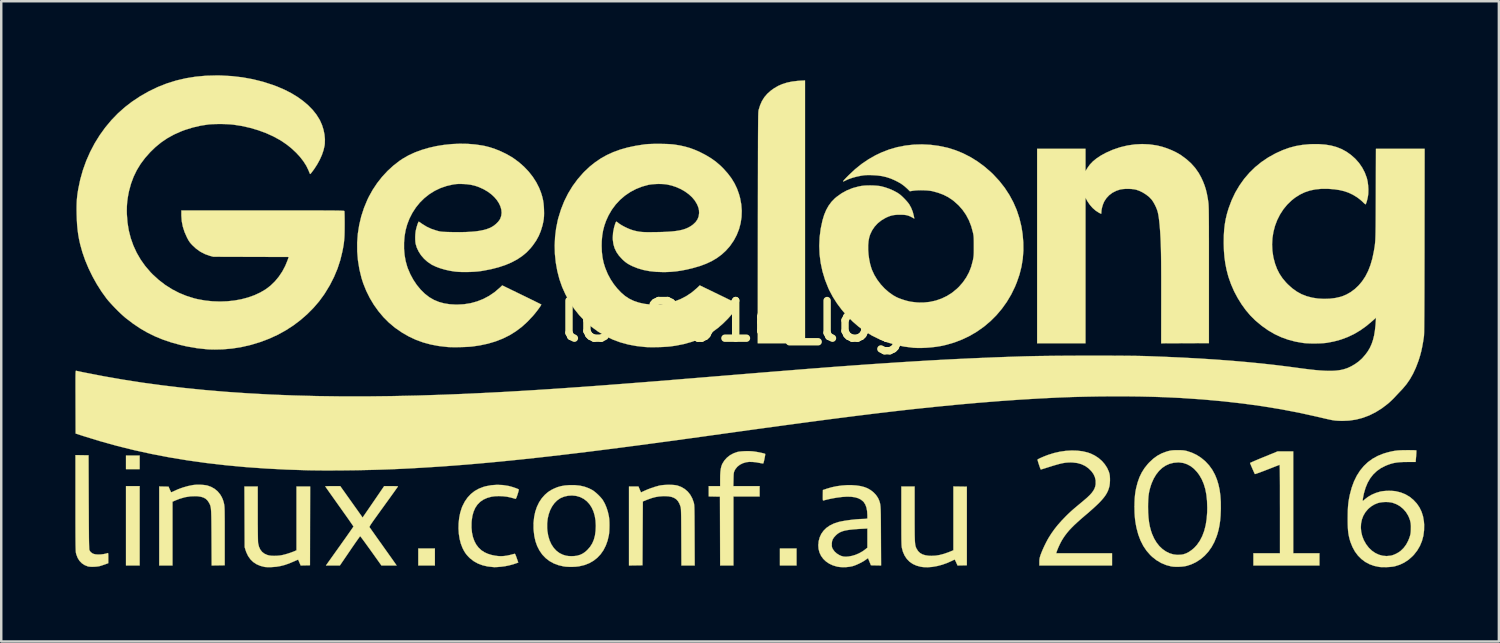
<source format=kicad_pcb>
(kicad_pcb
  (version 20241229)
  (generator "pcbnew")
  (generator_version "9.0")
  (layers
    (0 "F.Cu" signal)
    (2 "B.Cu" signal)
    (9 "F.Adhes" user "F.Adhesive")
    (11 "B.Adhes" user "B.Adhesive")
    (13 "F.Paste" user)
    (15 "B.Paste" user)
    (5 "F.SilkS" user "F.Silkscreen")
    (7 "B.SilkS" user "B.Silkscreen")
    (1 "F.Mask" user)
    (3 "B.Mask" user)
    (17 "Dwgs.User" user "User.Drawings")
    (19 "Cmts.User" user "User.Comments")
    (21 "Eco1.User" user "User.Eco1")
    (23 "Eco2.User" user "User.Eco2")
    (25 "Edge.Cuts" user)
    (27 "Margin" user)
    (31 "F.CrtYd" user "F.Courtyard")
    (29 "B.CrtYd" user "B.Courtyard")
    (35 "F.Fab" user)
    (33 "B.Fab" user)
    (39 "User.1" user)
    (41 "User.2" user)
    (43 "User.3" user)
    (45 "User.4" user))
  (footprint "lca2016_logo"
    (layer "F.Cu")
    (at 27.317 9.953)
    (property "Reference" "lca2016_logo" (at 0 0 0) (layer "F.SilkS") (effects (font (size 1.524 1.524) (thickness 0.3))))
    (attr through_hole)
    (fp_poly (pts (xy -24.713 5.991) (xy -25.266 5.991) (xy -25.266 5.439) (xy -24.713 5.439) (xy -24.713 5.991)) (stroke (width 0.01) (type solid)) (fill yes) (layer "F.SilkS"))
    (fp_poly (pts (xy -24.713 9.891) (xy -25.266 9.891) (xy -25.266 6.679) (xy -24.713 6.679) (xy -24.713 9.891)) (stroke (width 0.01) (type solid)) (fill yes) (layer "F.SilkS"))
    (fp_poly (pts (xy -12.76 9.891) (xy -13.432 9.891) (xy -13.432 9.204) (xy -12.76 9.204) (xy -12.76 9.891)) (stroke (width 0.01) (type solid)) (fill yes) (layer "F.SilkS"))
    (fp_poly (pts (xy 1.883 9.891) (xy 1.21 9.891) (xy 1.21 9.204) (xy 1.883 9.204) (xy 1.883 9.891)) (stroke (width 0.01) (type solid)) (fill yes) (layer "F.SilkS"))
    (fp_poly (pts (xy 2.226 0.896) (xy 0.313 0.896) (xy 0.318 -3.776) (xy 0.318 -4.222) (xy 0.319 -4.638) (xy 0.319 -5.026) (xy 0.32 -5.388) (xy 0.32 -5.723) (xy 0.321 -6.034) (xy 0.321 -6.32) (xy 0.322 -6.584) (xy 0.322 -6.825) (xy 0.323 -7.046) (xy 0.323 -7.247) (xy 0.324 -7.428) (xy 0.325 -7.591) (xy 0.326 -7.738) (xy 0.327 -7.868) (xy 0.328 -7.983) (xy 0.329 -8.084) (xy 0.33 -8.172) (xy 0.331 -8.248) (xy 0.332 -8.313) (xy 0.334 -8.367) (xy 0.335 -8.413) (xy 0.337 -8.45) (xy 0.339 -8.479) (xy 0.341 -8.503) (xy 0.343 -8.521) (xy 0.345 -8.536) (xy 0.347 -8.546) (xy 0.408 -8.742) (xy 0.485 -8.916) (xy 0.582 -9.07) (xy 0.701 -9.209) (xy 0.844 -9.336) (xy 0.973 -9.428) (xy 1.135 -9.523) (xy 1.309 -9.599) (xy 1.496 -9.658) (xy 1.702 -9.701) (xy 1.929 -9.728) (xy 2.05 -9.737) (xy 2.226 -9.746) (xy 2.226 0.896)) (stroke (width 0.01) (type solid)) (fill yes) (layer "F.SilkS"))
    (fp_poly (pts (xy 21.676 5.274) (xy 21.993 5.274) (xy 21.993 9.398) (xy 23.054 9.398) (xy 23.054 9.891) (xy 20.38 9.891) (xy 20.38 9.398) (xy 21.456 9.398) (xy 21.456 7.603) (xy 21.455 7.325) (xy 21.455 7.075) (xy 21.455 6.853) (xy 21.455 6.656) (xy 21.454 6.483) (xy 21.453 6.334) (xy 21.452 6.207) (xy 21.451 6.101) (xy 21.45 6.013) (xy 21.448 5.944) (xy 21.446 5.891) (xy 21.444 5.853) (xy 21.441 5.829) (xy 21.439 5.817) (xy 21.437 5.816) (xy 21.419 5.823) (xy 21.377 5.84) (xy 21.313 5.865) (xy 21.232 5.896) (xy 21.136 5.934) (xy 21.029 5.976) (xy 20.934 6.013) (xy 20.821 6.057) (xy 20.716 6.096) (xy 20.624 6.131) (xy 20.547 6.158) (xy 20.488 6.178) (xy 20.452 6.189) (xy 20.44 6.19) (xy 20.43 6.172) (xy 20.411 6.133) (xy 20.387 6.078) (xy 20.358 6.014) (xy 20.328 5.945) (xy 20.299 5.878) (xy 20.274 5.819) (xy 20.256 5.773) (xy 20.246 5.746) (xy 20.245 5.742) (xy 20.259 5.734) (xy 20.297 5.716) (xy 20.357 5.689) (xy 20.436 5.655) (xy 20.531 5.614) (xy 20.639 5.569) (xy 20.757 5.52) (xy 20.802 5.502) (xy 21.358 5.274) (xy 21.676 5.274)) (stroke (width 0.01) (type solid)) (fill yes) (layer "F.SilkS"))
    (fp_poly (pts (xy -19.931 7.796) (xy -19.931 8.013) (xy -19.931 8.213) (xy -19.929 8.394) (xy -19.928 8.554) (xy -19.926 8.692) (xy -19.924 8.806) (xy -19.922 8.895) (xy -19.919 8.958) (xy -19.916 8.991) (xy -19.882 9.131) (xy -19.829 9.247) (xy -19.756 9.341) (xy -19.662 9.414) (xy -19.548 9.465) (xy -19.471 9.486) (xy -19.381 9.498) (xy -19.272 9.502) (xy -19.154 9.499) (xy -19.037 9.488) (xy -18.946 9.473) (xy -18.835 9.446) (xy -18.711 9.41) (xy -18.585 9.368) (xy -18.471 9.325) (xy -18.434 9.309) (xy -18.363 9.277) (xy -18.363 6.694) (xy -17.81 6.694) (xy -17.814 8.289) (xy -17.817 9.884) (xy -18.005 9.888) (xy -18.193 9.892) (xy -18.243 9.776) (xy -18.266 9.722) (xy -18.284 9.681) (xy -18.295 9.658) (xy -18.296 9.655) (xy -18.31 9.66) (xy -18.345 9.674) (xy -18.398 9.696) (xy -18.461 9.725) (xy -18.467 9.727) (xy -18.661 9.809) (xy -18.841 9.871) (xy -19.013 9.915) (xy -19.183 9.944) (xy -19.358 9.957) (xy -19.379 9.958) (xy -19.461 9.959) (xy -19.539 9.959) (xy -19.605 9.956) (xy -19.65 9.952) (xy -19.653 9.951) (xy -19.827 9.907) (xy -19.98 9.841) (xy -20.114 9.753) (xy -20.227 9.643) (xy -20.321 9.51) (xy -20.395 9.355) (xy -20.427 9.263) (xy -20.461 9.151) (xy -20.471 6.694) (xy -19.932 6.694) (xy -19.931 7.796)) (stroke (width 0.01) (type solid)) (fill yes) (layer "F.SilkS"))
    (fp_poly (pts (xy -0.025 5.263) (xy 0.078 5.268) (xy 0.129 5.273) (xy 0.198 5.282) (xy 0.276 5.295) (xy 0.358 5.31) (xy 0.438 5.327) (xy 0.509 5.342) (xy 0.566 5.357) (xy 0.603 5.369) (xy 0.614 5.375) (xy 0.615 5.393) (xy 0.61 5.432) (xy 0.601 5.487) (xy 0.588 5.551) (xy 0.575 5.617) (xy 0.561 5.677) (xy 0.548 5.725) (xy 0.539 5.755) (xy 0.536 5.76) (xy 0.518 5.761) (xy 0.477 5.756) (xy 0.422 5.747) (xy 0.383 5.739) (xy 0.233 5.712) (xy 0.09 5.699) (xy -0.041 5.698) (xy -0.152 5.711) (xy -0.159 5.712) (xy -0.296 5.754) (xy -0.416 5.815) (xy -0.516 5.895) (xy -0.593 5.99) (xy -0.624 6.047) (xy -0.638 6.08) (xy -0.649 6.11) (xy -0.656 6.143) (xy -0.662 6.184) (xy -0.665 6.24) (xy -0.668 6.315) (xy -0.67 6.406) (xy -0.676 6.679) (xy 0.388 6.679) (xy 0.388 7.097) (xy -0.672 7.097) (xy -0.672 9.891) (xy -1.21 9.891) (xy -1.214 8.498) (xy -1.218 7.105) (xy -1.673 7.096) (xy -1.673 6.679) (xy -1.21 6.679) (xy -1.21 6.404) (xy -1.208 6.242) (xy -1.2 6.105) (xy -1.186 5.99) (xy -1.165 5.894) (xy -1.137 5.811) (xy -1.121 5.775) (xy -1.04 5.644) (xy -0.936 5.528) (xy -0.811 5.429) (xy -0.667 5.351) (xy -0.515 5.297) (xy -0.446 5.283) (xy -0.355 5.273) (xy -0.249 5.266) (xy -0.136 5.262) (xy -0.025 5.263)) (stroke (width 0.01) (type solid)) (fill yes) (layer "F.SilkS"))
    (fp_poly (pts (xy -27.047 5.427) (xy -26.782 5.431) (xy -26.775 7.329) (xy -26.773 7.616) (xy -26.772 7.875) (xy -26.771 8.107) (xy -26.77 8.313) (xy -26.768 8.494) (xy -26.767 8.653) (xy -26.766 8.79) (xy -26.764 8.907) (xy -26.762 9.004) (xy -26.76 9.085) (xy -26.758 9.149) (xy -26.756 9.198) (xy -26.753 9.233) (xy -26.751 9.257) (xy -26.748 9.27) (xy -26.747 9.271) (xy -26.7 9.344) (xy -26.629 9.399) (xy -26.574 9.424) (xy -26.493 9.442) (xy -26.393 9.449) (xy -26.282 9.445) (xy -26.17 9.431) (xy -26.065 9.408) (xy -26.006 9.389) (xy -25.996 9.389) (xy -25.99 9.399) (xy -25.986 9.424) (xy -25.984 9.469) (xy -25.983 9.537) (xy -25.983 9.589) (xy -25.983 9.799) (xy -26.113 9.846) (xy -26.183 9.87) (xy -26.254 9.894) (xy -26.313 9.912) (xy -26.326 9.916) (xy -26.393 9.929) (xy -26.477 9.939) (xy -26.567 9.944) (xy -26.657 9.945) (xy -26.737 9.941) (xy -26.798 9.932) (xy -26.807 9.93) (xy -26.94 9.877) (xy -27.054 9.801) (xy -27.149 9.703) (xy -27.223 9.584) (xy -27.276 9.445) (xy -27.291 9.387) (xy -27.294 9.368) (xy -27.297 9.342) (xy -27.299 9.307) (xy -27.301 9.262) (xy -27.303 9.205) (xy -27.305 9.135) (xy -27.307 9.05) (xy -27.308 8.949) (xy -27.309 8.83) (xy -27.31 8.692) (xy -27.311 8.533) (xy -27.311 8.352) (xy -27.312 8.147) (xy -27.312 7.917) (xy -27.312 7.66) (xy -27.312 7.375) (xy -27.312 7.354) (xy -27.312 5.423) (xy -27.047 5.427)) (stroke (width 0.01) (type solid)) (fill yes) (layer "F.SilkS"))
    (fp_poly (pts (xy 8.505 6.697) (xy 8.778 6.701) (xy 8.778 9.884) (xy 8.59 9.888) (xy 8.402 9.892) (xy 8.348 9.772) (xy 8.323 9.718) (xy 8.302 9.677) (xy 8.288 9.655) (xy 8.285 9.652) (xy 8.268 9.658) (xy 8.233 9.675) (xy 8.186 9.698) (xy 8.186 9.698) (xy 7.988 9.787) (xy 7.784 9.86) (xy 7.58 9.914) (xy 7.38 9.949) (xy 7.189 9.964) (xy 7.01 9.957) (xy 6.91 9.943) (xy 6.741 9.898) (xy 6.59 9.83) (xy 6.46 9.74) (xy 6.35 9.628) (xy 6.26 9.495) (xy 6.192 9.341) (xy 6.15 9.186) (xy 6.145 9.161) (xy 6.141 9.132) (xy 6.138 9.095) (xy 6.135 9.05) (xy 6.133 8.993) (xy 6.131 8.924) (xy 6.129 8.839) (xy 6.128 8.737) (xy 6.127 8.615) (xy 6.127 8.472) (xy 6.126 8.305) (xy 6.126 8.113) (xy 6.126 7.893) (xy 6.126 7.882) (xy 6.126 6.694) (xy 6.664 6.694) (xy 6.664 7.805) (xy 6.664 8.028) (xy 6.664 8.224) (xy 6.665 8.393) (xy 6.666 8.54) (xy 6.667 8.664) (xy 6.67 8.77) (xy 6.673 8.859) (xy 6.677 8.932) (xy 6.682 8.993) (xy 6.688 9.044) (xy 6.696 9.085) (xy 6.705 9.121) (xy 6.715 9.152) (xy 6.728 9.181) (xy 6.742 9.21) (xy 6.745 9.217) (xy 6.805 9.311) (xy 6.882 9.385) (xy 6.977 9.44) (xy 7.092 9.477) (xy 7.23 9.498) (xy 7.349 9.502) (xy 7.511 9.494) (xy 7.677 9.467) (xy 7.852 9.421) (xy 8.041 9.355) (xy 8.117 9.324) (xy 8.233 9.276) (xy 8.233 6.693) (xy 8.505 6.697)) (stroke (width 0.01) (type solid)) (fill yes) (layer "F.SilkS"))
    (fp_poly (pts (xy -22.226 6.624) (xy -22.12 6.632) (xy -22.026 6.644) (xy -21.971 6.655) (xy -21.816 6.711) (xy -21.678 6.789) (xy -21.558 6.888) (xy -21.459 7.007) (xy -21.451 7.019) (xy -21.392 7.118) (xy -21.349 7.212) (xy -21.316 7.314) (xy -21.296 7.396) (xy -21.291 7.421) (xy -21.287 7.448) (xy -21.283 7.479) (xy -21.28 7.515) (xy -21.277 7.56) (xy -21.275 7.615) (xy -21.273 7.683) (xy -21.272 7.766) (xy -21.271 7.865) (xy -21.27 7.983) (xy -21.269 8.122) (xy -21.269 8.285) (xy -21.269 8.473) (xy -21.269 8.688) (xy -21.269 9.884) (xy -21.533 9.888) (xy -21.797 9.892) (xy -21.803 8.767) (xy -21.804 8.546) (xy -21.806 8.352) (xy -21.807 8.184) (xy -21.809 8.04) (xy -21.811 7.916) (xy -21.814 7.812) (xy -21.817 7.724) (xy -21.822 7.652) (xy -21.827 7.591) (xy -21.834 7.542) (xy -21.843 7.5) (xy -21.852 7.465) (xy -21.864 7.433) (xy -21.878 7.404) (xy -21.893 7.373) (xy -21.908 7.346) (xy -21.966 7.26) (xy -22.036 7.193) (xy -22.122 7.144) (xy -22.226 7.111) (xy -22.353 7.091) (xy -22.442 7.086) (xy -22.657 7.093) (xy -22.877 7.128) (xy -23.101 7.193) (xy -23.282 7.265) (xy -23.383 7.31) (xy -23.383 9.891) (xy -23.921 9.891) (xy -23.921 6.693) (xy -23.732 6.697) (xy -23.543 6.701) (xy -23.496 6.809) (xy -23.472 6.861) (xy -23.453 6.902) (xy -23.441 6.924) (xy -23.439 6.926) (xy -23.423 6.924) (xy -23.387 6.911) (xy -23.341 6.889) (xy -23.338 6.888) (xy -23.158 6.806) (xy -22.962 6.735) (xy -22.762 6.678) (xy -22.569 6.638) (xy -22.533 6.633) (xy -22.443 6.624) (xy -22.337 6.622) (xy -22.226 6.624)) (stroke (width 0.01) (type solid)) (fill yes) (layer "F.SilkS"))
    (fp_poly (pts (xy -3.121 6.63) (xy -3.025 6.639) (xy -2.951 6.653) (xy -2.943 6.654) (xy -2.785 6.713) (xy -2.645 6.795) (xy -2.523 6.899) (xy -2.421 7.026) (xy -2.34 7.173) (xy -2.282 7.334) (xy -2.276 7.355) (xy -2.271 7.376) (xy -2.266 7.399) (xy -2.263 7.426) (xy -2.259 7.46) (xy -2.257 7.501) (xy -2.254 7.553) (xy -2.253 7.618) (xy -2.251 7.697) (xy -2.25 7.792) (xy -2.248 7.907) (xy -2.248 8.042) (xy -2.247 8.2) (xy -2.246 8.383) (xy -2.245 8.593) (xy -2.245 8.67) (xy -2.24 9.891) (xy -2.778 9.891) (xy -2.783 8.744) (xy -2.784 8.53) (xy -2.785 8.343) (xy -2.786 8.181) (xy -2.787 8.043) (xy -2.788 7.927) (xy -2.79 7.83) (xy -2.792 7.751) (xy -2.794 7.686) (xy -2.796 7.635) (xy -2.799 7.595) (xy -2.802 7.564) (xy -2.806 7.539) (xy -2.811 7.519) (xy -2.813 7.511) (xy -2.858 7.39) (xy -2.915 7.29) (xy -2.987 7.212) (xy -3.075 7.154) (xy -3.183 7.114) (xy -3.311 7.091) (xy -3.462 7.084) (xy -3.537 7.086) (xy -3.686 7.098) (xy -3.829 7.122) (xy -3.975 7.161) (xy -4.134 7.217) (xy -4.184 7.236) (xy -4.34 7.3) (xy -4.348 8.592) (xy -4.355 9.884) (xy -4.628 9.888) (xy -4.901 9.892) (xy -4.901 6.694) (xy -4.518 6.694) (xy -4.467 6.813) (xy -4.445 6.867) (xy -4.426 6.908) (xy -4.416 6.93) (xy -4.414 6.933) (xy -4.401 6.927) (xy -4.366 6.911) (xy -4.315 6.887) (xy -4.265 6.864) (xy -4.14 6.81) (xy -4.001 6.758) (xy -3.858 6.71) (xy -3.723 6.672) (xy -3.646 6.653) (xy -3.56 6.64) (xy -3.457 6.631) (xy -3.344 6.626) (xy -3.23 6.626) (xy -3.121 6.63)) (stroke (width 0.01) (type solid)) (fill yes) (layer "F.SilkS"))
    (fp_poly (pts (xy -10.006 6.636) (xy -9.777 6.672) (xy -9.718 6.687) (xy -9.645 6.707) (xy -9.569 6.731) (xy -9.496 6.756) (xy -9.433 6.78) (xy -9.386 6.801) (xy -9.363 6.814) (xy -9.362 6.832) (xy -9.371 6.872) (xy -9.386 6.929) (xy -9.407 6.998) (xy -9.413 7.015) (xy -9.439 7.092) (xy -9.459 7.145) (xy -9.475 7.177) (xy -9.487 7.192) (xy -9.499 7.194) (xy -9.5 7.194) (xy -9.524 7.186) (xy -9.57 7.173) (xy -9.631 7.156) (xy -9.697 7.138) (xy -9.846 7.107) (xy -10.008 7.089) (xy -10.173 7.082) (xy -10.331 7.089) (xy -10.472 7.108) (xy -10.474 7.109) (xy -10.646 7.157) (xy -10.797 7.225) (xy -10.927 7.315) (xy -11.036 7.426) (xy -11.125 7.558) (xy -11.193 7.712) (xy -11.242 7.888) (xy -11.27 8.086) (xy -11.275 8.156) (xy -11.277 8.364) (xy -11.258 8.56) (xy -11.219 8.741) (xy -11.16 8.906) (xy -11.083 9.05) (xy -10.988 9.173) (xy -10.986 9.175) (xy -10.878 9.275) (xy -10.757 9.355) (xy -10.619 9.418) (xy -10.461 9.467) (xy -10.315 9.496) (xy -10.198 9.511) (xy -10.084 9.516) (xy -9.967 9.51) (xy -9.842 9.493) (xy -9.703 9.463) (xy -9.543 9.421) (xy -9.54 9.42) (xy -9.527 9.419) (xy -9.514 9.428) (xy -9.501 9.451) (xy -9.483 9.492) (xy -9.46 9.555) (xy -9.447 9.592) (xy -9.384 9.773) (xy -9.425 9.788) (xy -9.582 9.842) (xy -9.75 9.887) (xy -9.917 9.921) (xy -10.073 9.942) (xy -10.085 9.943) (xy -10.174 9.95) (xy -10.239 9.955) (xy -10.288 9.957) (xy -10.326 9.958) (xy -10.36 9.958) (xy -10.397 9.956) (xy -10.399 9.956) (xy -10.624 9.931) (xy -10.831 9.883) (xy -11.018 9.812) (xy -11.187 9.718) (xy -11.337 9.601) (xy -11.394 9.545) (xy -11.471 9.461) (xy -11.533 9.378) (xy -11.588 9.286) (xy -11.642 9.18) (xy -11.709 9.005) (xy -11.758 8.813) (xy -11.79 8.607) (xy -11.803 8.393) (xy -11.798 8.177) (xy -11.775 7.964) (xy -11.734 7.759) (xy -11.675 7.568) (xy -11.646 7.495) (xy -11.55 7.306) (xy -11.435 7.14) (xy -11.302 6.998) (xy -11.15 6.878) (xy -10.978 6.782) (xy -10.788 6.709) (xy -10.706 6.686) (xy -10.476 6.642) (xy -10.241 6.626) (xy -10.006 6.636)) (stroke (width 0.01) (type solid)) (fill yes) (layer "F.SilkS"))
    (fp_poly (pts (xy -7.08 6.64) (xy -6.881 6.661) (xy -6.697 6.703) (xy -6.525 6.767) (xy -6.399 6.83) (xy -6.32 6.882) (xy -6.232 6.953) (xy -6.142 7.035) (xy -6.058 7.122) (xy -5.987 7.206) (xy -5.954 7.254) (xy -5.878 7.389) (xy -5.812 7.545) (xy -5.757 7.716) (xy -5.717 7.892) (xy -5.708 7.947) (xy -5.699 8.032) (xy -5.694 8.138) (xy -5.692 8.255) (xy -5.694 8.375) (xy -5.698 8.491) (xy -5.706 8.592) (xy -5.715 8.658) (xy -5.767 8.883) (xy -5.841 9.088) (xy -5.935 9.273) (xy -6.05 9.437) (xy -6.185 9.58) (xy -6.338 9.701) (xy -6.51 9.799) (xy -6.699 9.873) (xy -6.905 9.922) (xy -6.944 9.929) (xy -7.064 9.942) (xy -7.197 9.948) (xy -7.333 9.947) (xy -7.46 9.94) (xy -7.549 9.928) (xy -7.756 9.88) (xy -7.945 9.809) (xy -8.117 9.714) (xy -8.27 9.597) (xy -8.403 9.459) (xy -8.419 9.44) (xy -8.529 9.279) (xy -8.618 9.104) (xy -8.686 8.912) (xy -8.733 8.701) (xy -8.76 8.47) (xy -8.765 8.389) (xy -8.765 8.383) (xy -8.214 8.383) (xy -8.204 8.497) (xy -8.17 8.696) (xy -8.116 8.876) (xy -8.043 9.036) (xy -7.951 9.175) (xy -7.843 9.293) (xy -7.719 9.387) (xy -7.579 9.456) (xy -7.448 9.496) (xy -7.349 9.51) (xy -7.234 9.515) (xy -7.118 9.511) (xy -7.014 9.498) (xy -7.003 9.496) (xy -6.878 9.46) (xy -6.767 9.406) (xy -6.66 9.33) (xy -6.581 9.257) (xy -6.474 9.134) (xy -6.389 8.999) (xy -6.324 8.849) (xy -6.279 8.681) (xy -6.253 8.494) (xy -6.244 8.284) (xy -6.244 8.283) (xy -6.255 8.074) (xy -6.287 7.881) (xy -6.339 7.704) (xy -6.411 7.546) (xy -6.501 7.408) (xy -6.608 7.291) (xy -6.732 7.196) (xy -6.872 7.124) (xy -7.027 7.078) (xy -7.052 7.073) (xy -7.209 7.058) (xy -7.367 7.068) (xy -7.52 7.102) (xy -7.66 7.158) (xy -7.69 7.174) (xy -7.813 7.26) (xy -7.922 7.371) (xy -8.016 7.503) (xy -8.093 7.653) (xy -8.152 7.819) (xy -8.193 7.998) (xy -8.214 8.187) (xy -8.214 8.383) (xy -8.765 8.383) (xy -8.764 8.153) (xy -8.74 7.928) (xy -8.695 7.715) (xy -8.628 7.517) (xy -8.541 7.336) (xy -8.434 7.174) (xy -8.309 7.033) (xy -8.299 7.024) (xy -8.211 6.946) (xy -8.129 6.885) (xy -8.04 6.831) (xy -7.945 6.783) (xy -7.803 6.723) (xy -7.657 6.681) (xy -7.499 6.653) (xy -7.322 6.639) (xy -7.298 6.638) (xy -7.08 6.64)) (stroke (width 0.01) (type solid)) (fill yes) (layer "F.SilkS"))
    (fp_poly (pts (xy 16.173 -7.157) (xy 16.465 -7.115) (xy 16.488 -7.11) (xy 16.681 -7.063) (xy 16.878 -6.999) (xy 17.073 -6.921) (xy 17.255 -6.834) (xy 17.418 -6.741) (xy 17.451 -6.719) (xy 17.668 -6.559) (xy 17.859 -6.387) (xy 18.024 -6.202) (xy 18.164 -6.002) (xy 18.265 -5.82) (xy 18.341 -5.655) (xy 18.404 -5.494) (xy 18.456 -5.33) (xy 18.498 -5.154) (xy 18.534 -4.961) (xy 18.553 -4.833) (xy 18.556 -4.808) (xy 18.559 -4.781) (xy 18.562 -4.751) (xy 18.564 -4.717) (xy 18.566 -4.676) (xy 18.568 -4.629) (xy 18.57 -4.573) (xy 18.572 -4.507) (xy 18.573 -4.43) (xy 18.574 -4.34) (xy 18.575 -4.237) (xy 18.576 -4.118) (xy 18.577 -3.982) (xy 18.578 -3.829) (xy 18.578 -3.656) (xy 18.578 -3.462) (xy 18.579 -3.247) (xy 18.579 -3.008) (xy 18.579 -2.744) (xy 18.579 -2.454) (xy 18.579 -2.136) (xy 18.579 -1.875) (xy 18.579 0.889) (xy 17.613 0.893) (xy 16.646 0.897) (xy 16.648 -0.923) (xy 16.648 -1.228) (xy 16.648 -1.506) (xy 16.648 -1.758) (xy 16.647 -1.986) (xy 16.646 -2.193) (xy 16.645 -2.381) (xy 16.643 -2.551) (xy 16.641 -2.706) (xy 16.638 -2.848) (xy 16.635 -2.979) (xy 16.631 -3.101) (xy 16.627 -3.217) (xy 16.622 -3.328) (xy 16.616 -3.436) (xy 16.61 -3.543) (xy 16.603 -3.653) (xy 16.599 -3.705) (xy 16.585 -3.881) (xy 16.568 -4.044) (xy 16.55 -4.19) (xy 16.53 -4.314) (xy 16.509 -4.413) (xy 16.509 -4.415) (xy 16.477 -4.516) (xy 16.431 -4.628) (xy 16.376 -4.739) (xy 16.317 -4.841) (xy 16.259 -4.924) (xy 16.258 -4.925) (xy 16.159 -5.028) (xy 16.037 -5.124) (xy 15.901 -5.21) (xy 15.757 -5.279) (xy 15.635 -5.322) (xy 15.547 -5.34) (xy 15.438 -5.352) (xy 15.319 -5.357) (xy 15.198 -5.356) (xy 15.086 -5.347) (xy 14.99 -5.332) (xy 14.979 -5.329) (xy 14.818 -5.275) (xy 14.671 -5.198) (xy 14.541 -5.1) (xy 14.431 -4.983) (xy 14.344 -4.851) (xy 14.331 -4.825) (xy 14.288 -4.721) (xy 14.254 -4.609) (xy 14.231 -4.5) (xy 14.224 -4.408) (xy 14.222 -4.371) (xy 14.217 -4.35) (xy 14.215 -4.348) (xy 14.198 -4.354) (xy 14.163 -4.371) (xy 14.121 -4.393) (xy 13.993 -4.476) (xy 13.87 -4.584) (xy 13.758 -4.712) (xy 13.66 -4.855) (xy 13.634 -4.903) (xy 13.582 -4.998) (xy 13.582 0.896) (xy 11.624 0.896) (xy 11.624 -6.978) (xy 13.582 -6.978) (xy 13.582 -6.075) (xy 13.659 -6.2) (xy 13.758 -6.338) (xy 13.881 -6.468) (xy 14.03 -6.59) (xy 14.206 -6.706) (xy 14.409 -6.817) (xy 14.411 -6.818) (xy 14.694 -6.943) (xy 14.984 -7.041) (xy 15.28 -7.112) (xy 15.578 -7.155) (xy 15.876 -7.17) (xy 16.173 -7.157)) (stroke (width 0.01) (type solid)) (fill yes) (layer "F.SilkS"))
    (fp_poly (pts (xy -15.686 7.951) (xy -15.574 7.789) (xy -15.54 7.739) (xy -15.491 7.668) (xy -15.431 7.581) (xy -15.362 7.481) (xy -15.288 7.372) (xy -15.21 7.259) (xy -15.138 7.154) (xy -14.814 6.68) (xy -14.534 6.679) (xy -14.446 6.68) (xy -14.37 6.681) (xy -14.309 6.683) (xy -14.269 6.686) (xy -14.254 6.69) (xy -14.254 6.69) (xy -14.263 6.704) (xy -14.287 6.739) (xy -14.327 6.795) (xy -14.38 6.87) (xy -14.444 6.96) (xy -14.519 7.064) (xy -14.602 7.18) (xy -14.694 7.307) (xy -14.791 7.441) (xy -14.838 7.507) (xy -14.955 7.668) (xy -15.054 7.806) (xy -15.138 7.923) (xy -15.209 8.021) (xy -15.266 8.102) (xy -15.312 8.168) (xy -15.347 8.22) (xy -15.373 8.261) (xy -15.39 8.291) (xy -15.401 8.313) (xy -15.406 8.328) (xy -15.406 8.338) (xy -15.404 8.344) (xy -15.392 8.362) (xy -15.364 8.401) (xy -15.322 8.46) (xy -15.268 8.537) (xy -15.202 8.63) (xy -15.128 8.735) (xy -15.045 8.852) (xy -14.956 8.977) (xy -14.874 9.092) (xy -14.781 9.223) (xy -14.692 9.348) (xy -14.61 9.464) (xy -14.535 9.569) (xy -14.47 9.661) (xy -14.416 9.737) (xy -14.375 9.796) (xy -14.348 9.835) (xy -14.337 9.85) (xy -14.31 9.891) (xy -14.924 9.891) (xy -15.347 9.298) (xy -15.432 9.18) (xy -15.511 9.071) (xy -15.583 8.971) (xy -15.647 8.884) (xy -15.701 8.811) (xy -15.743 8.756) (xy -15.771 8.72) (xy -15.784 8.706) (xy -15.785 8.706) (xy -15.796 8.718) (xy -15.822 8.752) (xy -15.861 8.807) (xy -15.912 8.879) (xy -15.974 8.966) (xy -16.043 9.066) (xy -16.119 9.176) (xy -16.199 9.294) (xy -16.202 9.299) (xy -16.606 9.891) (xy -17.169 9.891) (xy -17.135 9.842) (xy -17.12 9.822) (xy -17.09 9.779) (xy -17.045 9.716) (xy -16.988 9.636) (xy -16.921 9.541) (xy -16.844 9.433) (xy -16.759 9.314) (xy -16.669 9.188) (xy -16.579 9.062) (xy -16.486 8.93) (xy -16.397 8.806) (xy -16.316 8.691) (xy -16.243 8.587) (xy -16.18 8.497) (xy -16.128 8.422) (xy -16.089 8.366) (xy -16.065 8.329) (xy -16.056 8.315) (xy -16.064 8.3) (xy -16.088 8.264) (xy -16.127 8.207) (xy -16.179 8.132) (xy -16.242 8.041) (xy -16.316 7.936) (xy -16.399 7.819) (xy -16.489 7.692) (xy -16.584 7.557) (xy -16.626 7.499) (xy -16.724 7.361) (xy -16.816 7.231) (xy -16.902 7.11) (xy -16.98 7) (xy -17.048 6.904) (xy -17.105 6.823) (xy -17.15 6.759) (xy -17.18 6.714) (xy -17.196 6.691) (xy -17.197 6.688) (xy -17.183 6.685) (xy -17.143 6.683) (xy -17.083 6.681) (xy -17.006 6.679) (xy -16.916 6.679) (xy -16.894 6.679) (xy -16.591 6.679) (xy -15.686 7.951)) (stroke (width 0.01) (type solid)) (fill yes) (layer "F.SilkS"))
    (fp_poly (pts (xy 13.248 5.243) (xy 13.464 5.269) (xy 13.664 5.316) (xy 13.789 5.359) (xy 13.956 5.44) (xy 14.11 5.541) (xy 14.247 5.66) (xy 14.363 5.794) (xy 14.458 5.94) (xy 14.527 6.094) (xy 14.554 6.186) (xy 14.566 6.261) (xy 14.572 6.355) (xy 14.573 6.459) (xy 14.567 6.562) (xy 14.556 6.654) (xy 14.546 6.701) (xy 14.52 6.791) (xy 14.487 6.878) (xy 14.444 6.964) (xy 14.391 7.051) (xy 14.326 7.14) (xy 14.246 7.235) (xy 14.151 7.337) (xy 14.038 7.448) (xy 13.906 7.57) (xy 13.753 7.706) (xy 13.578 7.856) (xy 13.574 7.859) (xy 13.403 8.006) (xy 13.255 8.138) (xy 13.125 8.259) (xy 13.013 8.371) (xy 12.914 8.477) (xy 12.828 8.58) (xy 12.75 8.683) (xy 12.679 8.787) (xy 12.628 8.87) (xy 12.592 8.935) (xy 12.552 9.013) (xy 12.511 9.099) (xy 12.473 9.185) (xy 12.441 9.263) (xy 12.417 9.327) (xy 12.408 9.357) (xy 12.398 9.398) (xy 14.657 9.398) (xy 14.657 9.891) (xy 11.714 9.891) (xy 11.714 9.751) (xy 11.715 9.681) (xy 11.721 9.624) (xy 11.732 9.568) (xy 11.751 9.503) (xy 11.767 9.455) (xy 11.808 9.349) (xy 11.86 9.226) (xy 11.92 9.095) (xy 11.984 8.966) (xy 12.047 8.847) (xy 12.09 8.772) (xy 12.205 8.59) (xy 12.328 8.418) (xy 12.463 8.249) (xy 12.616 8.076) (xy 12.772 7.914) (xy 12.826 7.86) (xy 12.875 7.812) (xy 12.922 7.767) (xy 12.97 7.722) (xy 13.022 7.675) (xy 13.081 7.623) (xy 13.15 7.564) (xy 13.232 7.495) (xy 13.33 7.413) (xy 13.447 7.316) (xy 13.502 7.27) (xy 13.635 7.156) (xy 13.743 7.054) (xy 13.829 6.96) (xy 13.895 6.871) (xy 13.943 6.786) (xy 13.974 6.701) (xy 13.992 6.614) (xy 13.994 6.589) (xy 13.993 6.447) (xy 13.962 6.313) (xy 13.904 6.188) (xy 13.825 6.079) (xy 13.704 5.958) (xy 13.569 5.862) (xy 13.418 5.791) (xy 13.252 5.744) (xy 13.068 5.722) (xy 12.984 5.719) (xy 12.907 5.721) (xy 12.834 5.725) (xy 12.761 5.732) (xy 12.684 5.745) (xy 12.599 5.762) (xy 12.503 5.786) (xy 12.392 5.817) (xy 12.262 5.855) (xy 12.11 5.903) (xy 12.014 5.933) (xy 11.936 5.958) (xy 11.867 5.979) (xy 11.814 5.995) (xy 11.781 6.005) (xy 11.772 6.006) (xy 11.764 5.993) (xy 11.75 5.957) (xy 11.731 5.906) (xy 11.71 5.844) (xy 11.688 5.779) (xy 11.668 5.716) (xy 11.652 5.662) (xy 11.642 5.623) (xy 11.639 5.607) (xy 11.652 5.595) (xy 11.689 5.574) (xy 11.744 5.547) (xy 11.814 5.516) (xy 11.892 5.482) (xy 11.976 5.449) (xy 12.06 5.417) (xy 12.068 5.414) (xy 12.305 5.34) (xy 12.546 5.285) (xy 12.785 5.251) (xy 13.021 5.237) (xy 13.248 5.243)) (stroke (width 0.01) (type solid)) (fill yes) (layer "F.SilkS"))
    (fp_poly (pts (xy 17.41 5.224) (xy 17.489 5.227) (xy 17.553 5.232) (xy 17.61 5.241) (xy 17.667 5.253) (xy 17.677 5.255) (xy 17.885 5.323) (xy 18.082 5.416) (xy 18.266 5.535) (xy 18.435 5.676) (xy 18.585 5.837) (xy 18.715 6.017) (xy 18.822 6.213) (xy 18.824 6.217) (xy 18.903 6.41) (xy 18.965 6.613) (xy 19.012 6.829) (xy 19.043 7.062) (xy 19.06 7.314) (xy 19.062 7.59) (xy 19.06 7.656) (xy 19.051 7.878) (xy 19.034 8.078) (xy 19.008 8.261) (xy 18.973 8.434) (xy 18.928 8.602) (xy 18.89 8.718) (xy 18.798 8.943) (xy 18.686 9.149) (xy 18.554 9.335) (xy 18.404 9.499) (xy 18.237 9.64) (xy 18.054 9.758) (xy 17.857 9.85) (xy 17.678 9.908) (xy 17.591 9.925) (xy 17.484 9.938) (xy 17.368 9.945) (xy 17.251 9.946) (xy 17.144 9.941) (xy 17.057 9.93) (xy 17.055 9.93) (xy 16.845 9.874) (xy 16.646 9.791) (xy 16.458 9.68) (xy 16.284 9.543) (xy 16.204 9.467) (xy 16.052 9.293) (xy 15.921 9.098) (xy 15.811 8.882) (xy 15.721 8.644) (xy 15.651 8.384) (xy 15.637 8.319) (xy 15.611 8.175) (xy 15.591 8.039) (xy 15.578 7.902) (xy 15.569 7.756) (xy 15.566 7.591) (xy 15.565 7.523) (xy 15.565 7.515) (xy 16.115 7.515) (xy 16.119 7.747) (xy 16.133 7.956) (xy 16.156 8.145) (xy 16.189 8.32) (xy 16.234 8.486) (xy 16.278 8.615) (xy 16.36 8.799) (xy 16.459 8.964) (xy 16.572 9.107) (xy 16.699 9.227) (xy 16.837 9.324) (xy 16.984 9.397) (xy 17.139 9.443) (xy 17.301 9.463) (xy 17.466 9.454) (xy 17.54 9.441) (xy 17.652 9.404) (xy 17.768 9.344) (xy 17.884 9.264) (xy 17.995 9.168) (xy 18.094 9.059) (xy 18.097 9.056) (xy 18.214 8.887) (xy 18.311 8.699) (xy 18.389 8.49) (xy 18.448 8.26) (xy 18.488 8.009) (xy 18.509 7.734) (xy 18.512 7.553) (xy 18.503 7.279) (xy 18.477 7.029) (xy 18.433 6.8) (xy 18.37 6.591) (xy 18.289 6.401) (xy 18.188 6.228) (xy 18.1 6.11) (xy 17.975 5.976) (xy 17.839 5.87) (xy 17.693 5.792) (xy 17.539 5.741) (xy 17.377 5.72) (xy 17.331 5.719) (xy 17.154 5.733) (xy 16.987 5.775) (xy 16.832 5.844) (xy 16.69 5.939) (xy 16.56 6.06) (xy 16.445 6.205) (xy 16.344 6.373) (xy 16.259 6.565) (xy 16.234 6.637) (xy 16.198 6.753) (xy 16.169 6.863) (xy 16.148 6.972) (xy 16.132 7.088) (xy 16.123 7.216) (xy 16.117 7.361) (xy 16.115 7.515) (xy 15.565 7.515) (xy 15.568 7.336) (xy 15.575 7.171) (xy 15.589 7.021) (xy 15.609 6.881) (xy 15.631 6.768) (xy 15.691 6.534) (xy 15.766 6.322) (xy 15.859 6.129) (xy 15.971 5.951) (xy 16.105 5.784) (xy 16.162 5.722) (xy 16.322 5.572) (xy 16.489 5.45) (xy 16.667 5.354) (xy 16.859 5.282) (xy 16.921 5.264) (xy 16.983 5.249) (xy 17.039 5.238) (xy 17.094 5.231) (xy 17.159 5.226) (xy 17.239 5.225) (xy 17.309 5.224) (xy 17.41 5.224)) (stroke (width 0.01) (type solid)) (fill yes) (layer "F.SilkS"))
    (fp_poly (pts (xy 4.302 6.652) (xy 4.477 6.678) (xy 4.634 6.719) (xy 4.759 6.768) (xy 4.887 6.843) (xy 5.003 6.935) (xy 5.101 7.039) (xy 5.177 7.15) (xy 5.216 7.232) (xy 5.23 7.268) (xy 5.242 7.301) (xy 5.252 7.334) (xy 5.261 7.368) (xy 5.269 7.405) (xy 5.275 7.448) (xy 5.281 7.499) (xy 5.285 7.56) (xy 5.289 7.633) (xy 5.291 7.721) (xy 5.294 7.825) (xy 5.295 7.947) (xy 5.297 8.091) (xy 5.298 8.258) (xy 5.299 8.45) (xy 5.3 8.669) (xy 5.3 8.7) (xy 5.306 9.892) (xy 4.895 9.884) (xy 4.838 9.743) (xy 4.814 9.684) (xy 4.794 9.636) (xy 4.781 9.605) (xy 4.777 9.598) (xy 4.764 9.604) (xy 4.733 9.624) (xy 4.691 9.655) (xy 4.683 9.661) (xy 4.607 9.712) (xy 4.511 9.767) (xy 4.404 9.82) (xy 4.297 9.868) (xy 4.199 9.905) (xy 4.146 9.921) (xy 4.029 9.944) (xy 3.896 9.958) (xy 3.76 9.961) (xy 3.63 9.954) (xy 3.526 9.938) (xy 3.357 9.888) (xy 3.206 9.818) (xy 3.075 9.729) (xy 2.965 9.624) (xy 2.877 9.503) (xy 2.813 9.369) (xy 2.775 9.223) (xy 2.764 9.085) (xy 2.769 9.032) (xy 3.309 9.032) (xy 3.311 9.097) (xy 3.317 9.145) (xy 3.33 9.185) (xy 3.354 9.231) (xy 3.354 9.231) (xy 3.422 9.326) (xy 3.515 9.409) (xy 3.617 9.472) (xy 3.701 9.509) (xy 3.788 9.531) (xy 3.884 9.537) (xy 3.993 9.528) (xy 4.123 9.504) (xy 4.138 9.5) (xy 4.274 9.459) (xy 4.414 9.399) (xy 4.548 9.324) (xy 4.643 9.257) (xy 4.751 9.172) (xy 4.751 8.394) (xy 4.568 8.404) (xy 4.372 8.415) (xy 4.202 8.428) (xy 4.057 8.443) (xy 3.933 8.461) (xy 3.827 8.482) (xy 3.737 8.509) (xy 3.659 8.54) (xy 3.591 8.577) (xy 3.53 8.621) (xy 3.473 8.672) (xy 3.466 8.68) (xy 3.394 8.76) (xy 3.347 8.835) (xy 3.32 8.915) (xy 3.31 9.007) (xy 3.309 9.032) (xy 2.769 9.032) (xy 2.778 8.914) (xy 2.819 8.757) (xy 2.885 8.613) (xy 2.977 8.484) (xy 3.092 8.37) (xy 3.23 8.274) (xy 3.391 8.195) (xy 3.573 8.135) (xy 3.597 8.128) (xy 3.712 8.103) (xy 3.848 8.079) (xy 3.996 8.057) (xy 4.148 8.038) (xy 4.296 8.023) (xy 4.432 8.013) (xy 4.548 8.009) (xy 4.558 8.008) (xy 4.617 8.007) (xy 4.672 8.003) (xy 4.705 7.999) (xy 4.751 7.99) (xy 4.751 7.861) (xy 4.741 7.693) (xy 4.714 7.548) (xy 4.669 7.427) (xy 4.607 7.328) (xy 4.577 7.296) (xy 4.488 7.224) (xy 4.379 7.169) (xy 4.25 7.131) (xy 4.1 7.11) (xy 3.928 7.105) (xy 3.733 7.117) (xy 3.514 7.145) (xy 3.392 7.166) (xy 3.306 7.182) (xy 3.219 7.2) (xy 3.141 7.217) (xy 3.083 7.232) (xy 3.081 7.232) (xy 3.027 7.246) (xy 2.984 7.257) (xy 2.959 7.261) (xy 2.958 7.261) (xy 2.951 7.247) (xy 2.947 7.204) (xy 2.946 7.134) (xy 2.947 7.048) (xy 2.951 6.836) (xy 3.115 6.781) (xy 3.308 6.725) (xy 3.508 6.683) (xy 3.712 6.655) (xy 3.915 6.64) (xy 4.113 6.639) (xy 4.302 6.652)) (stroke (width 0.01) (type solid)) (fill yes) (layer "F.SilkS"))
    (fp_poly (pts (xy 26.713 5.223) (xy 26.802 5.224) (xy 26.878 5.225) (xy 26.935 5.228) (xy 26.969 5.23) (xy 26.976 5.232) (xy 26.979 5.249) (xy 26.978 5.291) (xy 26.976 5.352) (xy 26.971 5.427) (xy 26.968 5.472) (xy 26.949 5.701) (xy 26.619 5.701) (xy 26.451 5.703) (xy 26.306 5.71) (xy 26.179 5.724) (xy 26.062 5.744) (xy 25.951 5.773) (xy 25.839 5.811) (xy 25.727 5.856) (xy 25.542 5.95) (xy 25.378 6.066) (xy 25.234 6.202) (xy 25.11 6.361) (xy 25.006 6.541) (xy 24.921 6.744) (xy 24.855 6.969) (xy 24.833 7.073) (xy 24.817 7.16) (xy 24.807 7.221) (xy 24.804 7.257) (xy 24.81 7.272) (xy 24.826 7.269) (xy 24.852 7.249) (xy 24.888 7.216) (xy 25.02 7.115) (xy 25.172 7.026) (xy 25.339 6.954) (xy 25.512 6.902) (xy 25.542 6.895) (xy 25.634 6.881) (xy 25.744 6.872) (xy 25.864 6.868) (xy 25.983 6.871) (xy 26.091 6.879) (xy 26.147 6.887) (xy 26.348 6.936) (xy 26.533 7.01) (xy 26.702 7.109) (xy 26.856 7.234) (xy 26.859 7.237) (xy 26.995 7.383) (xy 27.104 7.542) (xy 27.188 7.715) (xy 27.248 7.904) (xy 27.283 8.109) (xy 27.293 8.233) (xy 27.29 8.467) (xy 27.261 8.691) (xy 27.204 8.903) (xy 27.121 9.102) (xy 27.012 9.287) (xy 26.878 9.458) (xy 26.82 9.518) (xy 26.662 9.659) (xy 26.493 9.771) (xy 26.311 9.859) (xy 26.113 9.922) (xy 26.11 9.923) (xy 26.032 9.938) (xy 25.933 9.949) (xy 25.822 9.957) (xy 25.708 9.96) (xy 25.599 9.96) (xy 25.505 9.954) (xy 25.474 9.95) (xy 25.27 9.908) (xy 25.081 9.84) (xy 24.908 9.747) (xy 24.752 9.63) (xy 24.613 9.49) (xy 24.492 9.328) (xy 24.391 9.143) (xy 24.309 8.939) (xy 24.288 8.869) (xy 24.262 8.773) (xy 24.241 8.68) (xy 24.225 8.585) (xy 24.213 8.483) (xy 24.205 8.37) (xy 24.205 8.358) (xy 24.73 8.358) (xy 24.745 8.528) (xy 24.785 8.698) (xy 24.849 8.864) (xy 24.939 9.024) (xy 24.945 9.034) (xy 25.055 9.176) (xy 25.179 9.294) (xy 25.315 9.387) (xy 25.46 9.455) (xy 25.613 9.497) (xy 25.771 9.511) (xy 25.931 9.496) (xy 25.981 9.486) (xy 26.067 9.457) (xy 26.163 9.414) (xy 26.256 9.362) (xy 26.335 9.307) (xy 26.339 9.303) (xy 26.462 9.184) (xy 26.565 9.046) (xy 26.649 8.888) (xy 26.697 8.766) (xy 26.72 8.695) (xy 26.736 8.636) (xy 26.746 8.579) (xy 26.752 8.513) (xy 26.756 8.427) (xy 26.756 8.425) (xy 26.757 8.289) (xy 26.747 8.173) (xy 26.723 8.066) (xy 26.685 7.959) (xy 26.644 7.869) (xy 26.556 7.727) (xy 26.446 7.601) (xy 26.318 7.495) (xy 26.175 7.412) (xy 26.02 7.354) (xy 25.974 7.343) (xy 25.861 7.326) (xy 25.735 7.321) (xy 25.608 7.328) (xy 25.489 7.346) (xy 25.402 7.37) (xy 25.276 7.423) (xy 25.165 7.489) (xy 25.059 7.574) (xy 25.017 7.614) (xy 24.912 7.739) (xy 24.83 7.878) (xy 24.773 8.03) (xy 24.739 8.191) (xy 24.73 8.358) (xy 24.205 8.358) (xy 24.2 8.239) (xy 24.198 8.087) (xy 24.198 7.979) (xy 24.2 7.807) (xy 24.203 7.658) (xy 24.21 7.528) (xy 24.22 7.409) (xy 24.234 7.296) (xy 24.253 7.182) (xy 24.277 7.062) (xy 24.289 7.007) (xy 24.362 6.735) (xy 24.455 6.484) (xy 24.567 6.256) (xy 24.699 6.05) (xy 24.849 5.867) (xy 25.019 5.706) (xy 25.208 5.569) (xy 25.416 5.455) (xy 25.642 5.364) (xy 25.796 5.318) (xy 25.914 5.288) (xy 26.019 5.265) (xy 26.117 5.248) (xy 26.215 5.236) (xy 26.32 5.229) (xy 26.44 5.224) (xy 26.58 5.223) (xy 26.613 5.223) (xy 26.713 5.223)) (stroke (width 0.01) (type solid)) (fill yes) (layer "F.SilkS"))
    (fp_poly (pts (xy 7.306 -7.14) (xy 7.648 -7.095) (xy 7.988 -7.023) (xy 8.016 -7.016) (xy 8.321 -6.92) (xy 8.623 -6.797) (xy 8.917 -6.647) (xy 9.203 -6.471) (xy 9.476 -6.271) (xy 9.735 -6.049) (xy 9.851 -5.938) (xy 10.094 -5.676) (xy 10.31 -5.401) (xy 10.499 -5.112) (xy 10.662 -4.81) (xy 10.798 -4.496) (xy 10.906 -4.169) (xy 10.987 -3.832) (xy 11.034 -3.538) (xy 11.064 -3.192) (xy 11.067 -2.856) (xy 11.042 -2.528) (xy 10.99 -2.206) (xy 10.909 -1.886) (xy 10.799 -1.568) (xy 10.726 -1.391) (xy 10.573 -1.077) (xy 10.395 -0.779) (xy 10.195 -0.5) (xy 9.974 -0.239) (xy 9.733 0.001) (xy 9.474 0.22) (xy 9.197 0.416) (xy 8.904 0.59) (xy 8.596 0.738) (xy 8.275 0.862) (xy 7.942 0.959) (xy 7.713 1.009) (xy 7.533 1.038) (xy 7.341 1.06) (xy 7.144 1.076) (xy 6.952 1.084) (xy 6.771 1.084) (xy 6.61 1.077) (xy 6.597 1.075) (xy 6.243 1.03) (xy 5.901 0.959) (xy 5.571 0.862) (xy 5.255 0.74) (xy 4.954 0.594) (xy 4.67 0.423) (xy 4.66 0.416) (xy 4.406 0.231) (xy 4.163 0.022) (xy 3.932 -0.208) (xy 3.719 -0.455) (xy 3.525 -0.714) (xy 3.353 -0.983) (xy 3.207 -1.257) (xy 3.167 -1.345) (xy 3.036 -1.677) (xy 2.934 -2.014) (xy 2.861 -2.356) (xy 2.817 -2.701) (xy 2.803 -3.049) (xy 2.818 -3.397) (xy 2.862 -3.744) (xy 2.934 -4.081) (xy 3.001 -4.302) (xy 3.083 -4.499) (xy 3.181 -4.674) (xy 3.296 -4.83) (xy 3.431 -4.969) (xy 3.503 -5.03) (xy 3.707 -5.176) (xy 3.923 -5.295) (xy 4.152 -5.387) (xy 4.396 -5.453) (xy 4.523 -5.477) (xy 4.621 -5.488) (xy 4.738 -5.494) (xy 4.866 -5.496) (xy 4.996 -5.493) (xy 5.12 -5.485) (xy 5.23 -5.474) (xy 5.304 -5.461) (xy 5.473 -5.416) (xy 5.644 -5.356) (xy 5.807 -5.285) (xy 5.955 -5.206) (xy 6.044 -5.147) (xy 6.107 -5.097) (xy 6.181 -5.029) (xy 6.258 -4.952) (xy 6.333 -4.871) (xy 6.398 -4.795) (xy 6.445 -4.731) (xy 6.524 -4.589) (xy 6.588 -4.427) (xy 6.633 -4.251) (xy 6.641 -4.21) (xy 6.65 -4.153) (xy 6.556 -4.205) (xy 6.477 -4.245) (xy 6.404 -4.273) (xy 6.33 -4.293) (xy 6.246 -4.304) (xy 6.146 -4.309) (xy 6.066 -4.31) (xy 5.934 -4.307) (xy 5.823 -4.295) (xy 5.721 -4.274) (xy 5.62 -4.241) (xy 5.511 -4.193) (xy 5.476 -4.175) (xy 5.314 -4.079) (xy 5.169 -3.962) (xy 5.044 -3.826) (xy 4.941 -3.674) (xy 4.863 -3.51) (xy 4.826 -3.392) (xy 4.797 -3.241) (xy 4.783 -3.07) (xy 4.783 -2.887) (xy 4.797 -2.696) (xy 4.824 -2.505) (xy 4.862 -2.319) (xy 4.913 -2.144) (xy 4.941 -2.067) (xy 5.034 -1.868) (xy 5.152 -1.675) (xy 5.29 -1.492) (xy 5.446 -1.324) (xy 5.615 -1.175) (xy 5.794 -1.048) (xy 5.926 -0.974) (xy 6.01 -0.936) (xy 6.113 -0.897) (xy 6.227 -0.859) (xy 6.342 -0.825) (xy 6.449 -0.799) (xy 6.512 -0.786) (xy 6.773 -0.756) (xy 7.029 -0.754) (xy 7.278 -0.78) (xy 7.52 -0.833) (xy 7.751 -0.913) (xy 7.972 -1.019) (xy 8.179 -1.15) (xy 8.371 -1.307) (xy 8.457 -1.389) (xy 8.619 -1.574) (xy 8.755 -1.77) (xy 8.867 -1.979) (xy 8.955 -2.204) (xy 9.02 -2.448) (xy 9.028 -2.484) (xy 9.038 -2.54) (xy 9.047 -2.591) (xy 9.053 -2.644) (xy 9.057 -2.702) (xy 9.06 -2.772) (xy 9.061 -2.859) (xy 9.061 -2.967) (xy 9.061 -3.041) (xy 9.061 -3.163) (xy 9.06 -3.261) (xy 9.058 -3.339) (xy 9.055 -3.403) (xy 9.05 -3.456) (xy 9.043 -3.504) (xy 9.034 -3.552) (xy 9.028 -3.579) (xy 8.958 -3.838) (xy 8.865 -4.078) (xy 8.748 -4.3) (xy 8.608 -4.503) (xy 8.444 -4.69) (xy 8.255 -4.859) (xy 8.195 -4.906) (xy 8.021 -5.022) (xy 7.83 -5.119) (xy 7.619 -5.198) (xy 7.386 -5.262) (xy 7.364 -5.267) (xy 7.276 -5.281) (xy 7.166 -5.292) (xy 7.044 -5.298) (xy 6.918 -5.301) (xy 6.795 -5.298) (xy 6.686 -5.291) (xy 6.623 -5.284) (xy 6.471 -5.26) (xy 6.36 -5.369) (xy 6.252 -5.465) (xy 6.138 -5.55) (xy 6.008 -5.628) (xy 5.866 -5.701) (xy 5.692 -5.776) (xy 5.521 -5.832) (xy 5.344 -5.873) (xy 5.155 -5.899) (xy 4.945 -5.912) (xy 4.931 -5.913) (xy 4.826 -5.915) (xy 4.741 -5.914) (xy 4.667 -5.911) (xy 4.595 -5.903) (xy 4.514 -5.891) (xy 4.49 -5.887) (xy 4.311 -5.85) (xy 4.138 -5.802) (xy 3.979 -5.746) (xy 3.867 -5.695) (xy 3.82 -5.672) (xy 3.788 -5.659) (xy 3.771 -5.657) (xy 3.77 -5.667) (xy 3.787 -5.692) (xy 3.822 -5.732) (xy 3.876 -5.789) (xy 3.95 -5.864) (xy 4.002 -5.916) (xy 4.257 -6.155) (xy 4.521 -6.367) (xy 4.795 -6.553) (xy 5.083 -6.717) (xy 5.331 -6.834) (xy 5.639 -6.953) (xy 5.959 -7.045) (xy 6.288 -7.109) (xy 6.623 -7.147) (xy 6.963 -7.157) (xy 7.306 -7.14)) (stroke (width 0.01) (type solid)) (fill yes) (layer "F.SilkS"))
    (fp_poly (pts (xy -3.635 -7.178) (xy -3.493 -7.176) (xy -3.358 -7.172) (xy -3.237 -7.166) (xy -3.135 -7.158) (xy -3.078 -7.152) (xy -2.842 -7.114) (xy -2.627 -7.066) (xy -2.426 -7.008) (xy -2.23 -6.935) (xy -2.031 -6.847) (xy -1.995 -6.829) (xy -1.761 -6.706) (xy -1.551 -6.577) (xy -1.362 -6.438) (xy -1.187 -6.287) (xy -1.083 -6.184) (xy -0.905 -5.985) (xy -0.754 -5.786) (xy -0.629 -5.581) (xy -0.527 -5.368) (xy -0.446 -5.142) (xy -0.403 -4.987) (xy -0.355 -4.728) (xy -0.335 -4.471) (xy -0.344 -4.216) (xy -0.381 -3.967) (xy -0.446 -3.724) (xy -0.539 -3.489) (xy -0.658 -3.265) (xy -0.804 -3.054) (xy -0.827 -3.024) (xy -0.982 -2.85) (xy -1.152 -2.695) (xy -1.339 -2.557) (xy -1.546 -2.434) (xy -1.774 -2.327) (xy -2.026 -2.233) (xy -2.304 -2.152) (xy -2.323 -2.147) (xy -2.563 -2.09) (xy -2.784 -2.047) (xy -2.995 -2.016) (xy -3.203 -1.997) (xy -3.418 -1.988) (xy -3.514 -1.987) (xy -3.802 -1.997) (xy -4.069 -2.025) (xy -4.317 -2.073) (xy -4.55 -2.141) (xy -4.768 -2.229) (xy -4.776 -2.233) (xy -4.881 -2.286) (xy -4.968 -2.337) (xy -5.047 -2.394) (xy -5.128 -2.464) (xy -5.168 -2.502) (xy -5.301 -2.645) (xy -5.405 -2.794) (xy -5.482 -2.951) (xy -5.531 -3.117) (xy -5.555 -3.295) (xy -5.558 -3.382) (xy -5.545 -3.589) (xy -5.504 -3.795) (xy -5.474 -3.896) (xy -5.452 -3.963) (xy -5.434 -4.006) (xy -5.418 -4.026) (xy -5.401 -4.028) (xy -5.381 -4.014) (xy -5.375 -4.009) (xy -5.297 -3.948) (xy -5.197 -3.884) (xy -5.082 -3.821) (xy -4.961 -3.763) (xy -4.839 -3.713) (xy -4.725 -3.675) (xy -4.704 -3.67) (xy -4.627 -3.651) (xy -4.555 -3.635) (xy -4.485 -3.623) (xy -4.41 -3.614) (xy -4.329 -3.608) (xy -4.235 -3.604) (xy -4.125 -3.602) (xy -3.995 -3.603) (xy -3.841 -3.604) (xy -3.797 -3.605) (xy -3.56 -3.61) (xy -3.351 -3.619) (xy -3.166 -3.632) (xy -3.004 -3.65) (xy -2.86 -3.673) (xy -2.733 -3.702) (xy -2.621 -3.738) (xy -2.52 -3.78) (xy -2.427 -3.83) (xy -2.341 -3.887) (xy -2.304 -3.916) (xy -2.202 -4.013) (xy -2.128 -4.12) (xy -2.081 -4.236) (xy -2.063 -4.363) (xy -2.062 -4.391) (xy -2.066 -4.48) (xy -2.08 -4.56) (xy -2.106 -4.64) (xy -2.146 -4.733) (xy -2.154 -4.748) (xy -2.238 -4.887) (xy -2.348 -5.018) (xy -2.48 -5.139) (xy -2.633 -5.25) (xy -2.802 -5.347) (xy -2.984 -5.428) (xy -3.176 -5.492) (xy -3.375 -5.536) (xy -3.477 -5.548) (xy -3.597 -5.554) (xy -3.728 -5.555) (xy -3.859 -5.55) (xy -3.982 -5.54) (xy -4.086 -5.525) (xy -4.109 -5.521) (xy -4.37 -5.449) (xy -4.618 -5.351) (xy -4.849 -5.229) (xy -5.064 -5.083) (xy -5.26 -4.915) (xy -5.437 -4.725) (xy -5.594 -4.515) (xy -5.728 -4.285) (xy -5.828 -4.066) (xy -5.898 -3.868) (xy -5.95 -3.669) (xy -5.985 -3.462) (xy -6.004 -3.241) (xy -6.008 -3.055) (xy -6 -2.813) (xy -5.974 -2.588) (xy -5.931 -2.375) (xy -5.866 -2.165) (xy -5.78 -1.953) (xy -5.748 -1.883) (xy -5.641 -1.686) (xy -5.513 -1.494) (xy -5.369 -1.314) (xy -5.214 -1.152) (xy -5.061 -1.021) (xy -4.895 -0.911) (xy -4.708 -0.821) (xy -4.503 -0.751) (xy -4.281 -0.702) (xy -4.046 -0.675) (xy -3.87 -0.67) (xy -3.591 -0.684) (xy -3.322 -0.727) (xy -3.062 -0.796) (xy -2.815 -0.892) (xy -2.58 -1.014) (xy -2.36 -1.161) (xy -2.156 -1.334) (xy -2.135 -1.353) (xy -2.036 -1.449) (xy -1.242 -1.064) (xy -1.099 -0.995) (xy -0.964 -0.929) (xy -0.839 -0.868) (xy -0.728 -0.812) (xy -0.632 -0.764) (xy -0.554 -0.725) (xy -0.496 -0.695) (xy -0.46 -0.676) (xy -0.449 -0.668) (xy -0.457 -0.652) (xy -0.478 -0.618) (xy -0.51 -0.571) (xy -0.526 -0.549) (xy -0.704 -0.318) (xy -0.897 -0.099) (xy -1.1 0.102) (xy -1.309 0.282) (xy -1.519 0.437) (xy -1.54 0.451) (xy -1.792 0.6) (xy -2.065 0.729) (xy -2.359 0.837) (xy -2.671 0.925) (xy -3.001 0.991) (xy -3.227 1.023) (xy -3.332 1.033) (xy -3.459 1.041) (xy -3.6 1.048) (xy -3.748 1.052) (xy -3.895 1.054) (xy -4.035 1.054) (xy -4.159 1.051) (xy -4.258 1.045) (xy -4.605 1.006) (xy -4.937 0.944) (xy -5.25 0.858) (xy -5.546 0.75) (xy -5.823 0.62) (xy -5.867 0.596) (xy -6.16 0.418) (xy -6.433 0.218) (xy -6.685 -0.003) (xy -6.916 -0.245) (xy -7.125 -0.507) (xy -7.311 -0.788) (xy -7.475 -1.089) (xy -7.607 -1.384) (xy -7.718 -1.701) (xy -7.803 -2.031) (xy -7.864 -2.37) (xy -7.9 -2.716) (xy -7.909 -3.065) (xy -7.893 -3.413) (xy -7.851 -3.757) (xy -7.783 -4.094) (xy -7.761 -4.178) (xy -7.653 -4.526) (xy -7.522 -4.857) (xy -7.366 -5.17) (xy -7.186 -5.466) (xy -6.982 -5.744) (xy -6.756 -6.003) (xy -6.701 -6.059) (xy -6.49 -6.258) (xy -6.269 -6.434) (xy -6.038 -6.591) (xy -5.793 -6.728) (xy -5.533 -6.846) (xy -5.255 -6.947) (xy -4.957 -7.031) (xy -4.638 -7.099) (xy -4.294 -7.153) (xy -4.236 -7.16) (xy -4.15 -7.168) (xy -4.041 -7.173) (xy -3.915 -7.177) (xy -3.777 -7.179) (xy -3.635 -7.178)) (stroke (width 0.01) (type solid)) (fill yes) (layer "F.SilkS"))
    (fp_poly (pts (xy -11.435 -7.179) (xy -11.124 -7.154) (xy -10.822 -7.109) (xy -10.75 -7.095) (xy -10.539 -7.042) (xy -10.317 -6.968) (xy -10.093 -6.877) (xy -9.876 -6.773) (xy -9.673 -6.658) (xy -9.584 -6.602) (xy -9.358 -6.436) (xy -9.15 -6.253) (xy -8.962 -6.055) (xy -8.796 -5.844) (xy -8.654 -5.623) (xy -8.538 -5.396) (xy -8.457 -5.187) (xy -8.413 -5.04) (xy -8.381 -4.904) (xy -8.36 -4.767) (xy -8.347 -4.619) (xy -8.342 -4.51) (xy -8.339 -4.368) (xy -8.342 -4.247) (xy -8.352 -4.136) (xy -8.37 -4.026) (xy -8.396 -3.907) (xy -8.407 -3.862) (xy -8.473 -3.647) (xy -8.556 -3.449) (xy -8.659 -3.261) (xy -8.787 -3.077) (xy -8.887 -2.952) (xy -9.046 -2.785) (xy -9.227 -2.635) (xy -9.429 -2.5) (xy -9.655 -2.38) (xy -9.904 -2.274) (xy -10.178 -2.183) (xy -10.477 -2.106) (xy -10.801 -2.043) (xy -10.885 -2.029) (xy -11.016 -2.013) (xy -11.167 -2.001) (xy -11.329 -1.993) (xy -11.495 -1.989) (xy -11.657 -1.99) (xy -11.805 -1.996) (xy -11.934 -2.007) (xy -11.953 -2.009) (xy -12.155 -2.041) (xy -12.354 -2.086) (xy -12.542 -2.141) (xy -12.715 -2.205) (xy -12.866 -2.276) (xy -12.911 -2.302) (xy -13.062 -2.406) (xy -13.199 -2.529) (xy -13.319 -2.668) (xy -13.417 -2.819) (xy -13.492 -2.977) (xy -13.538 -3.13) (xy -13.549 -3.208) (xy -13.555 -3.305) (xy -13.556 -3.412) (xy -13.551 -3.519) (xy -13.541 -3.616) (xy -13.531 -3.676) (xy -13.512 -3.755) (xy -13.491 -3.833) (xy -13.469 -3.904) (xy -13.447 -3.964) (xy -13.429 -4.007) (xy -13.415 -4.028) (xy -13.41 -4.029) (xy -13.392 -4.018) (xy -13.355 -3.994) (xy -13.307 -3.96) (xy -13.276 -3.938) (xy -13.093 -3.825) (xy -12.89 -3.731) (xy -12.667 -3.659) (xy -12.58 -3.637) (xy -12.538 -3.629) (xy -12.486 -3.623) (xy -12.422 -3.617) (xy -12.341 -3.613) (xy -12.24 -3.61) (xy -12.116 -3.607) (xy -12.023 -3.605) (xy -11.755 -3.603) (xy -11.514 -3.608) (xy -11.298 -3.619) (xy -11.106 -3.636) (xy -10.936 -3.66) (xy -10.784 -3.692) (xy -10.65 -3.73) (xy -10.531 -3.776) (xy -10.47 -3.806) (xy -10.374 -3.865) (xy -10.283 -3.939) (xy -10.202 -4.02) (xy -10.139 -4.103) (xy -10.115 -4.144) (xy -10.073 -4.263) (xy -10.058 -4.387) (xy -10.069 -4.515) (xy -10.106 -4.645) (xy -10.166 -4.774) (xy -10.248 -4.901) (xy -10.352 -5.023) (xy -10.475 -5.137) (xy -10.617 -5.242) (xy -10.776 -5.336) (xy -10.81 -5.353) (xy -10.98 -5.429) (xy -11.143 -5.485) (xy -11.309 -5.523) (xy -11.487 -5.546) (xy -11.617 -5.553) (xy -11.72 -5.556) (xy -11.803 -5.556) (xy -11.874 -5.552) (xy -11.944 -5.545) (xy -12.022 -5.533) (xy -12.036 -5.531) (xy -12.293 -5.472) (xy -12.537 -5.387) (xy -12.768 -5.276) (xy -12.984 -5.141) (xy -13.184 -4.983) (xy -13.366 -4.804) (xy -13.529 -4.603) (xy -13.671 -4.384) (xy -13.792 -4.147) (xy -13.881 -3.915) (xy -13.945 -3.683) (xy -13.987 -3.438) (xy -14.008 -3.184) (xy -14.008 -2.929) (xy -13.986 -2.676) (xy -13.943 -2.431) (xy -13.878 -2.201) (xy -13.858 -2.144) (xy -13.755 -1.902) (xy -13.633 -1.676) (xy -13.493 -1.467) (xy -13.338 -1.279) (xy -13.17 -1.113) (xy -12.99 -0.973) (xy -12.976 -0.964) (xy -12.796 -0.86) (xy -12.6 -0.779) (xy -12.386 -0.72) (xy -12.154 -0.684) (xy -11.903 -0.67) (xy -11.856 -0.67) (xy -11.578 -0.685) (xy -11.309 -0.728) (xy -11.05 -0.8) (xy -10.801 -0.898) (xy -10.565 -1.023) (xy -10.341 -1.175) (xy -10.133 -1.353) (xy -10.115 -1.369) (xy -10.033 -1.448) (xy -9.249 -1.067) (xy -9.106 -0.998) (xy -8.971 -0.932) (xy -8.847 -0.871) (xy -8.735 -0.816) (xy -8.639 -0.769) (xy -8.56 -0.729) (xy -8.501 -0.7) (xy -8.465 -0.681) (xy -8.453 -0.675) (xy -8.457 -0.658) (xy -8.477 -0.623) (xy -8.51 -0.572) (xy -8.555 -0.509) (xy -8.608 -0.437) (xy -8.667 -0.362) (xy -8.728 -0.286) (xy -8.79 -0.213) (xy -8.794 -0.209) (xy -9.012 0.023) (xy -9.241 0.231) (xy -9.484 0.413) (xy -9.741 0.572) (xy -10.014 0.707) (xy -10.304 0.82) (xy -10.612 0.911) (xy -10.94 0.981) (xy -11.234 1.024) (xy -11.33 1.034) (xy -11.448 1.041) (xy -11.581 1.047) (xy -11.723 1.051) (xy -11.865 1.054) (xy -12.001 1.054) (xy -12.124 1.052) (xy -12.227 1.048) (xy -12.259 1.045) (xy -12.602 1.006) (xy -12.925 0.945) (xy -13.232 0.862) (xy -13.525 0.756) (xy -13.806 0.625) (xy -14.078 0.47) (xy -14.343 0.288) (xy -14.389 0.254) (xy -14.622 0.058) (xy -14.842 -0.162) (xy -15.045 -0.404) (xy -15.231 -0.664) (xy -15.396 -0.94) (xy -15.539 -1.228) (xy -15.659 -1.526) (xy -15.728 -1.74) (xy -15.815 -2.097) (xy -15.874 -2.458) (xy -15.904 -2.82) (xy -15.906 -3.181) (xy -15.879 -3.541) (xy -15.823 -3.896) (xy -15.74 -4.246) (xy -15.628 -4.589) (xy -15.489 -4.923) (xy -15.433 -5.038) (xy -15.277 -5.319) (xy -15.097 -5.589) (xy -14.897 -5.843) (xy -14.678 -6.08) (xy -14.443 -6.296) (xy -14.196 -6.488) (xy -14.052 -6.584) (xy -13.819 -6.717) (xy -13.563 -6.834) (xy -13.288 -6.935) (xy -12.998 -7.02) (xy -12.696 -7.088) (xy -12.385 -7.138) (xy -12.069 -7.17) (xy -11.751 -7.184) (xy -11.435 -7.179)) (stroke (width 0.01) (type solid)) (fill yes) (layer "F.SilkS"))
    (fp_poly (pts (xy -21.418 -9.946) (xy -20.976 -9.921) (xy -20.547 -9.871) (xy -20.13 -9.795) (xy -19.722 -9.693) (xy -19.321 -9.564) (xy -19.134 -9.494) (xy -18.844 -9.369) (xy -18.574 -9.231) (xy -18.324 -9.079) (xy -18.097 -8.916) (xy -17.893 -8.743) (xy -17.713 -8.56) (xy -17.56 -8.369) (xy -17.435 -8.17) (xy -17.41 -8.124) (xy -17.33 -7.943) (xy -17.27 -7.753) (xy -17.23 -7.558) (xy -17.212 -7.366) (xy -17.217 -7.181) (xy -17.227 -7.102) (xy -17.268 -6.924) (xy -17.332 -6.735) (xy -17.418 -6.542) (xy -17.524 -6.348) (xy -17.646 -6.159) (xy -17.747 -6.024) (xy -17.78 -5.983) (xy -17.8 -5.962) (xy -17.812 -5.959) (xy -17.821 -5.971) (xy -17.824 -5.979) (xy -17.837 -6.01) (xy -17.857 -6.058) (xy -17.88 -6.114) (xy -17.882 -6.118) (xy -17.968 -6.295) (xy -18.082 -6.473) (xy -18.219 -6.65) (xy -18.378 -6.822) (xy -18.555 -6.988) (xy -18.747 -7.143) (xy -18.953 -7.285) (xy -19.028 -7.332) (xy -19.303 -7.482) (xy -19.599 -7.616) (xy -19.913 -7.731) (xy -20.241 -7.827) (xy -20.577 -7.903) (xy -20.919 -7.956) (xy -20.927 -7.957) (xy -21.045 -7.968) (xy -21.184 -7.976) (xy -21.335 -7.981) (xy -21.491 -7.982) (xy -21.642 -7.98) (xy -21.782 -7.975) (xy -21.901 -7.967) (xy -21.919 -7.965) (xy -22.24 -7.916) (xy -22.564 -7.841) (xy -22.884 -7.741) (xy -23.032 -7.685) (xy -23.318 -7.558) (xy -23.584 -7.412) (xy -23.833 -7.244) (xy -24.069 -7.052) (xy -24.281 -6.847) (xy -24.491 -6.611) (xy -24.674 -6.367) (xy -24.829 -6.113) (xy -24.958 -5.847) (xy -25.062 -5.567) (xy -25.143 -5.271) (xy -25.161 -5.185) (xy -25.195 -4.997) (xy -25.218 -4.823) (xy -25.23 -4.649) (xy -25.234 -4.466) (xy -25.231 -4.333) (xy -25.206 -3.999) (xy -25.154 -3.675) (xy -25.074 -3.362) (xy -24.967 -3.06) (xy -24.833 -2.77) (xy -24.673 -2.494) (xy -24.487 -2.232) (xy -24.275 -1.985) (xy -24.19 -1.897) (xy -23.943 -1.671) (xy -23.68 -1.469) (xy -23.402 -1.292) (xy -23.111 -1.142) (xy -22.808 -1.018) (xy -22.494 -0.921) (xy -22.359 -0.889) (xy -22.061 -0.835) (xy -21.76 -0.804) (xy -21.46 -0.794) (xy -21.163 -0.805) (xy -20.872 -0.836) (xy -20.59 -0.888) (xy -20.32 -0.96) (xy -20.065 -1.051) (xy -19.828 -1.161) (xy -19.611 -1.289) (xy -19.61 -1.289) (xy -19.416 -1.437) (xy -19.238 -1.609) (xy -19.077 -1.803) (xy -18.935 -2.015) (xy -18.815 -2.243) (xy -18.723 -2.468) (xy -18.678 -2.599) (xy -21.732 -2.608) (xy -21.875 -2.647) (xy -22.072 -2.717) (xy -22.258 -2.814) (xy -22.431 -2.938) (xy -22.581 -3.078) (xy -22.64 -3.142) (xy -22.687 -3.2) (xy -22.728 -3.261) (xy -22.769 -3.335) (xy -22.797 -3.389) (xy -22.895 -3.609) (xy -22.965 -3.828) (xy -23.008 -4.048) (xy -23.024 -4.275) (xy -23.024 -4.305) (xy -23.024 -4.482) (xy -19.729 -4.482) (xy -19.359 -4.482) (xy -19.018 -4.482) (xy -18.704 -4.482) (xy -18.416 -4.482) (xy -18.154 -4.482) (xy -17.916 -4.482) (xy -17.701 -4.481) (xy -17.507 -4.481) (xy -17.334 -4.481) (xy -17.181 -4.48) (xy -17.046 -4.479) (xy -16.928 -4.479) (xy -16.826 -4.478) (xy -16.738 -4.477) (xy -16.665 -4.476) (xy -16.603 -4.474) (xy -16.554 -4.473) (xy -16.514 -4.471) (xy -16.483 -4.469) (xy -16.46 -4.467) (xy -16.444 -4.465) (xy -16.434 -4.463) (xy -16.427 -4.46) (xy -16.424 -4.457) (xy -16.424 -4.456) (xy -16.421 -4.436) (xy -16.419 -4.389) (xy -16.417 -4.319) (xy -16.415 -4.231) (xy -16.414 -4.127) (xy -16.413 -4.011) (xy -16.413 -3.915) (xy -16.414 -3.746) (xy -16.416 -3.601) (xy -16.419 -3.476) (xy -16.425 -3.365) (xy -16.434 -3.262) (xy -16.445 -3.163) (xy -16.46 -3.062) (xy -16.479 -2.953) (xy -16.503 -2.831) (xy -16.504 -2.824) (xy -16.589 -2.473) (xy -16.702 -2.128) (xy -16.844 -1.789) (xy -17.014 -1.455) (xy -17.214 -1.126) (xy -17.244 -1.081) (xy -17.446 -0.804) (xy -17.675 -0.538) (xy -17.926 -0.285) (xy -18.197 -0.049) (xy -18.486 0.17) (xy -18.79 0.367) (xy -19.105 0.542) (xy -19.11 0.544) (xy -19.463 0.707) (xy -19.829 0.845) (xy -20.204 0.959) (xy -20.584 1.047) (xy -20.967 1.108) (xy -21.349 1.141) (xy -21.664 1.148) (xy -21.75 1.147) (xy -21.832 1.145) (xy -21.901 1.143) (xy -21.95 1.141) (xy -21.964 1.14) (xy -22.394 1.094) (xy -22.821 1.019) (xy -23.062 0.963) (xy -23.426 0.863) (xy -23.766 0.748) (xy -24.088 0.616) (xy -24.396 0.465) (xy -24.693 0.293) (xy -24.984 0.097) (xy -25.273 -0.124) (xy -25.297 -0.143) (xy -25.382 -0.217) (xy -25.48 -0.307) (xy -25.586 -0.409) (xy -25.694 -0.518) (xy -25.8 -0.628) (xy -25.898 -0.735) (xy -25.984 -0.832) (xy -26.049 -0.911) (xy -26.255 -1.196) (xy -26.447 -1.498) (xy -26.623 -1.814) (xy -26.781 -2.138) (xy -26.918 -2.465) (xy -27.032 -2.792) (xy -27.121 -3.112) (xy -27.125 -3.13) (xy -27.167 -3.321) (xy -27.2 -3.507) (xy -27.225 -3.696) (xy -27.244 -3.893) (xy -27.256 -4.106) (xy -27.263 -4.328) (xy -27.266 -4.507) (xy -27.265 -4.662) (xy -27.261 -4.801) (xy -27.254 -4.929) (xy -27.242 -5.053) (xy -27.226 -5.179) (xy -27.204 -5.315) (xy -27.2 -5.341) (xy -27.118 -5.734) (xy -27.01 -6.117) (xy -26.876 -6.49) (xy -26.717 -6.851) (xy -26.535 -7.198) (xy -26.33 -7.529) (xy -26.103 -7.844) (xy -25.856 -8.14) (xy -25.589 -8.416) (xy -25.303 -8.67) (xy -25.034 -8.877) (xy -24.691 -9.106) (xy -24.34 -9.306) (xy -23.981 -9.479) (xy -23.612 -9.625) (xy -23.233 -9.743) (xy -22.843 -9.834) (xy -22.441 -9.899) (xy -22.026 -9.937) (xy -21.597 -9.948) (xy -21.418 -9.946)) (stroke (width 0.01) (type solid)) (fill yes) (layer "F.SilkS"))
    (fp_poly (pts (xy 23.034 -7.167) (xy 23.289 -7.148) (xy 23.525 -7.109) (xy 23.743 -7.05) (xy 23.945 -6.97) (xy 24.135 -6.868) (xy 24.313 -6.744) (xy 24.482 -6.597) (xy 24.506 -6.574) (xy 24.655 -6.407) (xy 24.784 -6.22) (xy 24.889 -6.02) (xy 24.967 -5.811) (xy 24.974 -5.79) (xy 25.005 -5.654) (xy 25.025 -5.501) (xy 25.035 -5.342) (xy 25.032 -5.189) (xy 25.028 -5.132) (xy 25.018 -5.059) (xy 25.003 -4.98) (xy 24.984 -4.901) (xy 24.965 -4.83) (xy 24.945 -4.773) (xy 24.927 -4.737) (xy 24.923 -4.732) (xy 24.908 -4.736) (xy 24.879 -4.759) (xy 24.839 -4.795) (xy 24.817 -4.818) (xy 24.765 -4.867) (xy 24.697 -4.925) (xy 24.623 -4.982) (xy 24.564 -5.024) (xy 24.406 -5.12) (xy 24.24 -5.199) (xy 24.063 -5.261) (xy 23.869 -5.307) (xy 23.657 -5.339) (xy 23.421 -5.357) (xy 23.39 -5.359) (xy 23.132 -5.358) (xy 22.891 -5.335) (xy 22.666 -5.288) (xy 22.455 -5.217) (xy 22.256 -5.121) (xy 22.066 -5) (xy 21.925 -4.888) (xy 21.748 -4.717) (xy 21.591 -4.525) (xy 21.457 -4.317) (xy 21.344 -4.094) (xy 21.255 -3.859) (xy 21.191 -3.615) (xy 21.151 -3.363) (xy 21.137 -3.107) (xy 21.149 -2.849) (xy 21.188 -2.591) (xy 21.196 -2.556) (xy 21.258 -2.325) (xy 21.337 -2.115) (xy 21.434 -1.923) (xy 21.554 -1.742) (xy 21.698 -1.57) (xy 21.77 -1.495) (xy 21.949 -1.333) (xy 22.135 -1.199) (xy 22.329 -1.092) (xy 22.535 -1.011) (xy 22.539 -1.01) (xy 22.759 -0.952) (xy 22.991 -0.916) (xy 23.228 -0.902) (xy 23.465 -0.909) (xy 23.695 -0.937) (xy 23.913 -0.987) (xy 23.966 -1.004) (xy 24.145 -1.077) (xy 24.321 -1.177) (xy 24.488 -1.302) (xy 24.64 -1.445) (xy 24.786 -1.619) (xy 24.915 -1.814) (xy 25.026 -2.032) (xy 25.119 -2.272) (xy 25.196 -2.536) (xy 25.25 -2.794) (xy 25.262 -2.858) (xy 25.272 -2.917) (xy 25.282 -2.971) (xy 25.29 -3.024) (xy 25.297 -3.076) (xy 25.303 -3.131) (xy 25.309 -3.188) (xy 25.314 -3.252) (xy 25.318 -3.322) (xy 25.321 -3.402) (xy 25.324 -3.493) (xy 25.326 -3.596) (xy 25.328 -3.715) (xy 25.33 -3.85) (xy 25.331 -4.004) (xy 25.332 -4.177) (xy 25.333 -4.374) (xy 25.334 -4.594) (xy 25.335 -4.84) (xy 25.336 -5.114) (xy 25.336 -5.151) (xy 25.342 -6.978) (xy 27.313 -6.978) (xy 27.308 -3.246) (xy 27.308 -2.822) (xy 27.307 -2.427) (xy 27.306 -2.06) (xy 27.305 -1.721) (xy 27.305 -1.408) (xy 27.304 -1.122) (xy 27.303 -0.86) (xy 27.302 -0.623) (xy 27.301 -0.409) (xy 27.3 -0.218) (xy 27.298 -0.049) (xy 27.297 0.1) (xy 27.296 0.227) (xy 27.294 0.336) (xy 27.293 0.425) (xy 27.291 0.497) (xy 27.289 0.551) (xy 27.287 0.59) (xy 27.285 0.612) (xy 27.285 0.613) (xy 27.251 0.836) (xy 27.215 1.036) (xy 27.176 1.219) (xy 27.131 1.389) (xy 27.08 1.554) (xy 27.057 1.622) (xy 26.955 1.889) (xy 26.842 2.131) (xy 26.718 2.35) (xy 26.58 2.55) (xy 26.427 2.733) (xy 26.369 2.795) (xy 26.306 2.861) (xy 26.233 2.938) (xy 26.161 3.015) (xy 26.112 3.068) (xy 26.045 3.138) (xy 25.965 3.216) (xy 25.884 3.291) (xy 25.824 3.343) (xy 25.579 3.53) (xy 25.327 3.687) (xy 25.069 3.816) (xy 24.804 3.915) (xy 24.533 3.985) (xy 24.255 4.026) (xy 23.97 4.038) (xy 23.801 4.032) (xy 23.751 4.028) (xy 23.705 4.025) (xy 23.661 4.02) (xy 23.616 4.013) (xy 23.565 4.005) (xy 23.506 3.993) (xy 23.435 3.978) (xy 23.349 3.959) (xy 23.245 3.935) (xy 23.118 3.905) (xy 22.967 3.87) (xy 22.942 3.864) (xy 22.23 3.707) (xy 21.494 3.566) (xy 20.734 3.442) (xy 19.951 3.334) (xy 19.143 3.243) (xy 18.311 3.168) (xy 17.454 3.11) (xy 17.279 3.101) (xy 16.804 3.079) (xy 16.304 3.062) (xy 15.784 3.05) (xy 15.249 3.044) (xy 14.703 3.043) (xy 14.152 3.047) (xy 13.6 3.057) (xy 13.052 3.071) (xy 12.513 3.091) (xy 12.461 3.093) (xy 11.703 3.131) (xy 10.917 3.178) (xy 10.106 3.235) (xy 9.27 3.302) (xy 8.411 3.378) (xy 7.529 3.464) (xy 6.626 3.559) (xy 6.384 3.586) (xy 6.109 3.617) (xy 5.832 3.649) (xy 5.552 3.682) (xy 5.267 3.715) (xy 4.977 3.75) (xy 4.68 3.787) (xy 4.375 3.824) (xy 4.06 3.864) (xy 3.733 3.906) (xy 3.394 3.949) (xy 3.041 3.995) (xy 2.673 4.044) (xy 2.288 4.095) (xy 1.885 4.149) (xy 1.462 4.206) (xy 1.019 4.267) (xy 0.553 4.33) (xy 0.064 4.397) (xy -0.45 4.468) (xy -0.991 4.543) (xy -1.56 4.622) (xy -1.733 4.647) (xy -2.488 4.751) (xy -3.216 4.851) (xy -3.916 4.945) (xy -4.59 5.035) (xy -5.24 5.12) (xy -5.866 5.2) (xy -6.47 5.276) (xy -7.054 5.347) (xy -7.617 5.414) (xy -8.162 5.477) (xy -8.69 5.536) (xy -9.202 5.591) (xy -9.698 5.642) (xy -10.181 5.69) (xy -10.652 5.734) (xy -11.111 5.775) (xy -11.561 5.813) (xy -12.001 5.847) (xy -12.434 5.879) (xy -12.86 5.907) (xy -13.282 5.933) (xy -13.699 5.957) (xy -14.113 5.978) (xy -14.403 5.991) (xy -14.679 6.002) (xy -14.974 6.012) (xy -15.284 6.021) (xy -15.603 6.028) (xy -15.927 6.035) (xy -16.251 6.039) (xy -16.572 6.043) (xy -16.885 6.044) (xy -17.184 6.045) (xy -17.466 6.043) (xy -17.726 6.04) (xy -17.9 6.037) (xy -18.769 6.009) (xy -19.614 5.965) (xy -20.435 5.907) (xy -21.235 5.832) (xy -22.013 5.742) (xy -22.772 5.636) (xy -23.512 5.514) (xy -24.236 5.375) (xy -24.943 5.22) (xy -25.636 5.048) (xy -26.315 4.859) (xy -26.982 4.654) (xy -26.991 4.651) (xy -27.305 4.549) (xy -27.309 3.274) (xy -27.309 3.05) (xy -27.31 2.853) (xy -27.31 2.683) (xy -27.31 2.537) (xy -27.31 2.413) (xy -27.31 2.31) (xy -27.309 2.226) (xy -27.308 2.159) (xy -27.306 2.106) (xy -27.304 2.068) (xy -27.302 2.04) (xy -27.299 2.022) (xy -27.296 2.012) (xy -27.292 2.008) (xy -27.287 2.008) (xy -27.286 2.008) (xy -27.265 2.013) (xy -27.218 2.023) (xy -27.151 2.037) (xy -27.069 2.055) (xy -26.976 2.074) (xy -26.931 2.083) (xy -26.167 2.231) (xy -25.388 2.367) (xy -24.592 2.491) (xy -23.778 2.601) (xy -22.947 2.7) (xy -22.096 2.786) (xy -21.226 2.86) (xy -20.336 2.921) (xy -19.425 2.971) (xy -18.491 3.008) (xy -17.536 3.033) (xy -16.556 3.046) (xy -15.553 3.047) (xy -14.525 3.035) (xy -13.471 3.012) (xy -12.39 2.977) (xy -12.08 2.965) (xy -11.671 2.948) (xy -11.261 2.93) (xy -10.846 2.91) (xy -10.427 2.889) (xy -10.001 2.867) (xy -9.566 2.842) (xy -9.122 2.816) (xy -8.667 2.788) (xy -8.199 2.758) (xy -7.717 2.726) (xy -7.219 2.691) (xy -6.704 2.655) (xy -6.17 2.616) (xy -5.615 2.574) (xy -5.039 2.53) (xy -4.439 2.483) (xy -3.815 2.434) (xy -3.164 2.381) (xy -2.485 2.325) (xy -2.368 2.316) (xy -1.849 2.273) (xy -1.359 2.233) (xy -0.895 2.195) (xy -0.457 2.159) (xy -0.044 2.125) (xy 0.346 2.093) (xy 0.714 2.063) (xy 1.062 2.035) (xy 1.391 2.009) (xy 1.702 1.984) (xy 1.996 1.96) (xy 2.275 1.938) (xy 2.541 1.917) (xy 2.794 1.898) (xy 3.036 1.879) (xy 3.268 1.861) (xy 3.491 1.844) (xy 3.708 1.828) (xy 3.918 1.813) (xy 4.124 1.798) (xy 4.327 1.783) (xy 4.528 1.769) (xy 4.729 1.755) (xy 4.923 1.741) (xy 5.538 1.7) (xy 6.128 1.661) (xy 6.696 1.626) (xy 7.248 1.593) (xy 7.787 1.563) (xy 8.318 1.536) (xy 8.846 1.511) (xy 9.373 1.488) (xy 9.906 1.466) (xy 10.447 1.446) (xy 11.002 1.428) (xy 11.116 1.424) (xy 11.275 1.42) (xy 11.459 1.416) (xy 11.665 1.412) (xy 11.89 1.409) (xy 12.133 1.406) (xy 12.389 1.403) (xy 12.656 1.401) (xy 12.932 1.4) (xy 13.214 1.398) (xy 13.5 1.397) (xy 13.785 1.397) (xy 14.068 1.397) (xy 14.346 1.397) (xy 14.616 1.398) (xy 14.876 1.399) (xy 15.122 1.401) (xy 15.353 1.403) (xy 15.564 1.405) (xy 15.754 1.408) (xy 15.92 1.412) (xy 16.059 1.416) (xy 16.069 1.416) (xy 16.806 1.444) (xy 17.515 1.476) (xy 18.197 1.513) (xy 18.853 1.555) (xy 19.486 1.602) (xy 20.097 1.655) (xy 20.687 1.712) (xy 21.257 1.775) (xy 21.809 1.843) (xy 22.15 1.889) (xy 22.42 1.925) (xy 22.663 1.955) (xy 22.882 1.979) (xy 23.078 1.996) (xy 23.255 2.007) (xy 23.415 2.013) (xy 23.56 2.012) (xy 23.692 2.005) (xy 23.814 1.992) (xy 23.928 1.974) (xy 24.036 1.949) (xy 24.186 1.9) (xy 24.341 1.828) (xy 24.495 1.738) (xy 24.639 1.635) (xy 24.765 1.523) (xy 24.796 1.491) (xy 24.913 1.356) (xy 25.013 1.22) (xy 25.097 1.078) (xy 25.166 0.926) (xy 25.222 0.762) (xy 25.267 0.581) (xy 25.3 0.381) (xy 25.325 0.157) (xy 25.334 0.023) (xy 25.345 -0.14) (xy 25.204 -0.014) (xy 24.96 0.191) (xy 24.713 0.368) (xy 24.461 0.518) (xy 24.2 0.642) (xy 23.929 0.743) (xy 23.642 0.822) (xy 23.353 0.877) (xy 23.262 0.887) (xy 23.148 0.895) (xy 23.019 0.901) (xy 22.883 0.903) (xy 22.745 0.903) (xy 22.614 0.899) (xy 22.497 0.893) (xy 22.401 0.884) (xy 22.397 0.883) (xy 22.086 0.829) (xy 21.791 0.752) (xy 21.509 0.65) (xy 21.239 0.524) (xy 20.977 0.371) (xy 20.721 0.19) (xy 20.47 -0.019) (xy 20.451 -0.036) (xy 20.257 -0.229) (xy 20.073 -0.446) (xy 19.901 -0.684) (xy 19.743 -0.939) (xy 19.601 -1.206) (xy 19.48 -1.482) (xy 19.38 -1.762) (xy 19.358 -1.835) (xy 19.294 -2.08) (xy 19.245 -2.326) (xy 19.21 -2.579) (xy 19.188 -2.845) (xy 19.179 -3.131) (xy 19.179 -3.22) (xy 19.183 -3.475) (xy 19.198 -3.709) (xy 19.223 -3.927) (xy 19.26 -4.136) (xy 19.309 -4.343) (xy 19.372 -4.554) (xy 19.378 -4.572) (xy 19.5 -4.897) (xy 19.645 -5.204) (xy 19.814 -5.491) (xy 20.005 -5.76) (xy 20.218 -6.009) (xy 20.452 -6.237) (xy 20.708 -6.445) (xy 20.984 -6.631) (xy 21.281 -6.795) (xy 21.568 -6.925) (xy 21.828 -7.019) (xy 22.094 -7.09) (xy 22.37 -7.137) (xy 22.661 -7.164) (xy 22.757 -7.167) (xy 23.034 -7.167)) (stroke (width 0.01) (type solid)) (fill yes) (layer "F.SilkS")))
  (gr_rect
    (start -3 -3)
    (end 57.636 22.922)
    (stroke (width 0.1) (type default))
    (fill no)
    (layer "Edge.Cuts")))
</source>
